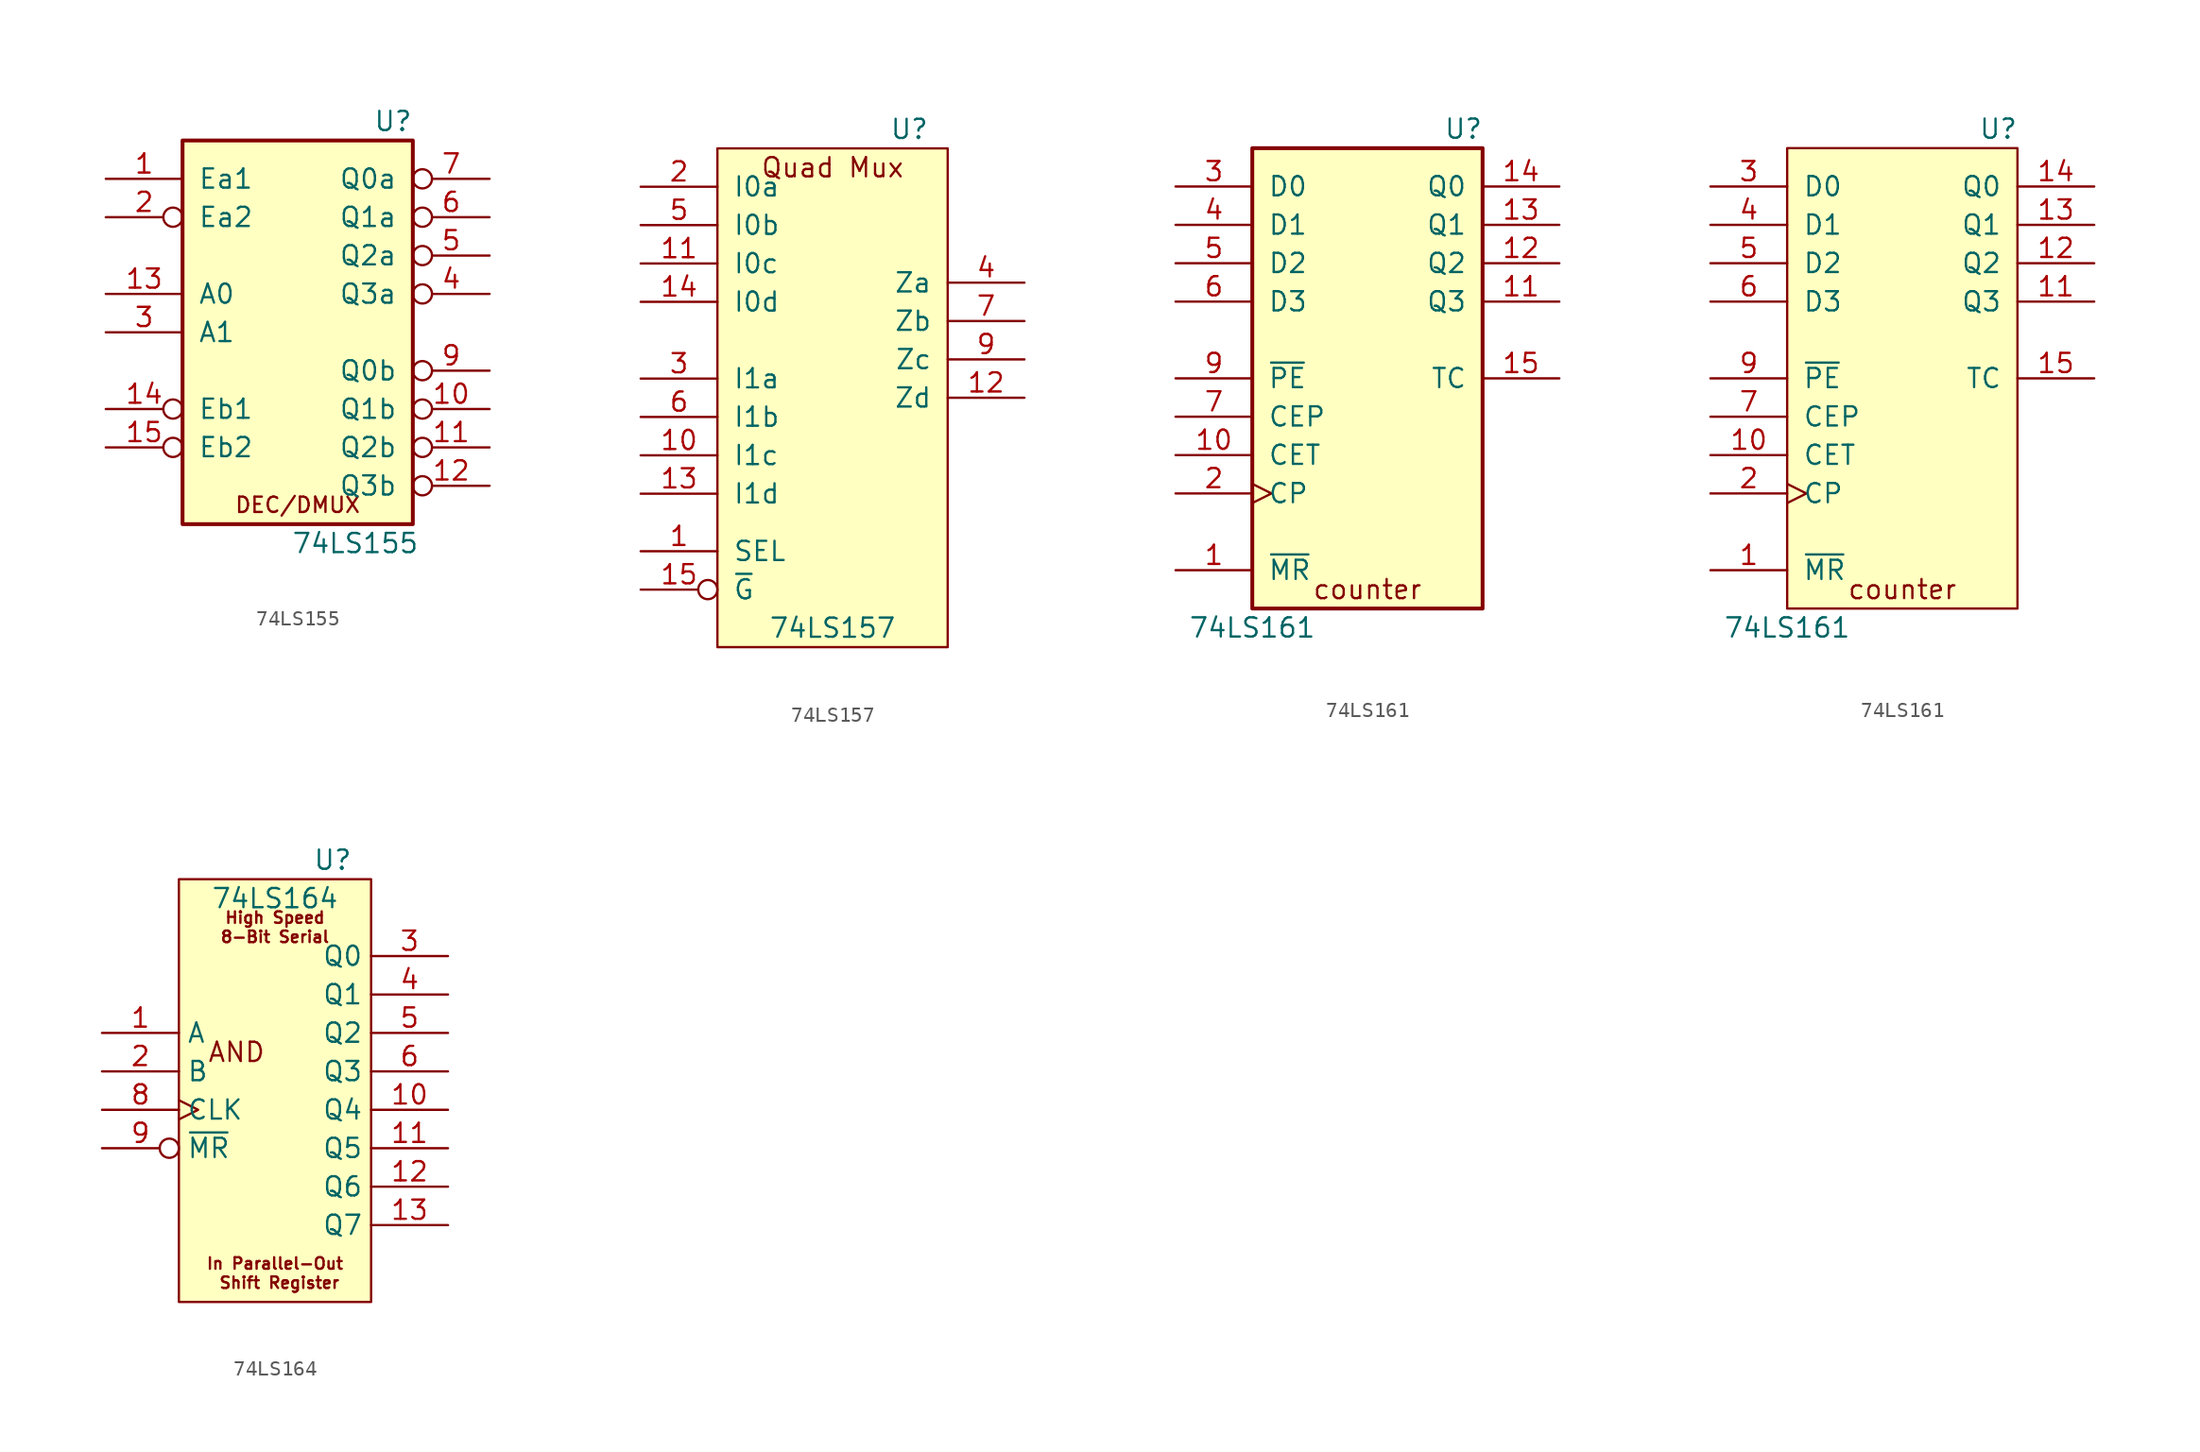
<source format=kicad_sym>
(kicad_symbol_lib
  (version 20231120)
  (generator "kicad_symbol_editor")
  (generator_version "8.0")
  (symbol "74LS155"
    (pin_names
      (offset 1.016))
    (property "Reference" "U"
      (at 7.62 13.97 0)
      (effects (font (size 1.27 1.27)) (justify right)))
    (property "Value" "74LS155"
      (at 3.81 -13.97 0)
      (effects (font (size 1.27 1.27))))
    (property "ki_locked" ""
      (at 0 0 0)
      (effects (font (size 1.27 1.27))))
    (symbol "74LS155_1_0"
      (pin input line (at -12.7 10.16 0) (length 5.08) (name "Ea1" (effects (font (size 1.27 1.27)))) (number "1" (effects (font (size 1.27 1.27)))))
      (pin output inverted (at 12.7 -5.08 180) (length 5.08) (name "Q1b" (effects (font (size 1.27 1.27)))) (number "10" (effects (font (size 1.27 1.27)))))
      (pin output inverted (at 12.7 -7.62 180) (length 5.08) (name "Q2b" (effects (font (size 1.27 1.27)))) (number "11" (effects (font (size 1.27 1.27)))))
      (pin output inverted (at 12.7 -10.16 180) (length 5.08) (name "Q3b" (effects (font (size 1.27 1.27)))) (number "12" (effects (font (size 1.27 1.27)))))
      (pin input line (at -12.7 2.54 0) (length 5.08) (name "A0" (effects (font (size 1.27 1.27)))) (number "13" (effects (font (size 1.27 1.27)))))
      (pin input inverted (at -12.7 -5.08 0) (length 5.08) (name "Eb1" (effects (font (size 1.27 1.27)))) (number "14" (effects (font (size 1.27 1.27)))))
      (pin input inverted (at -12.7 -7.62 0) (length 5.08) (name "Eb2" (effects (font (size 1.27 1.27)))) (number "15" (effects (font (size 1.27 1.27)))))
      (pin power_in line (at 0 12.7 270) (length 5.08) hide (name "VCC" (effects (font (size 1.27 1.27)))) (number "16" (effects (font (size 1.27 1.27)))))
      (pin input inverted (at -12.7 7.62 0) (length 5.08) (name "Ea2" (effects (font (size 1.27 1.27)))) (number "2" (effects (font (size 1.27 1.27)))))
      (pin input line (at -12.7 0 0) (length 5.08) (name "A1" (effects (font (size 1.27 1.27)))) (number "3" (effects (font (size 1.27 1.27)))))
      (pin output inverted (at 12.7 2.54 180) (length 5.08) (name "Q3a" (effects (font (size 1.27 1.27)))) (number "4" (effects (font (size 1.27 1.27)))))
      (pin output inverted (at 12.7 5.08 180) (length 5.08) (name "Q2a" (effects (font (size 1.27 1.27)))) (number "5" (effects (font (size 1.27 1.27)))))
      (pin output inverted (at 12.7 7.62 180) (length 5.08) (name "Q1a" (effects (font (size 1.27 1.27)))) (number "6" (effects (font (size 1.27 1.27)))))
      (pin output inverted (at 12.7 10.16 180) (length 5.08) (name "Q0a" (effects (font (size 1.27 1.27)))) (number "7" (effects (font (size 1.27 1.27)))))
      (pin power_in line (at 0 -12.7 90) (length 5.08) hide (name "GND" (effects (font (size 1.27 1.27)))) (number "8" (effects (font (size 1.27 1.27)))))
      (pin output inverted (at 12.7 -2.54 180) (length 5.08) (name "Q0b" (effects (font (size 1.27 1.27)))) (number "9" (effects (font (size 1.27 1.27))))))
    (symbol "74LS155_1_1"
      (rectangle (start -7.62 12.7) (end 7.62 -12.7) (stroke (width 0.254) (type default)) (fill (type background)))
      (text "DEC/DMUX" (at 0 -11.43 0) (effects (font (size 1.016 1.016))))))
  (symbol "74LS157"
    (pin_names
      (offset 1.016))
    (property "Reference" "U"
      (at 5.08 16.51 0)
      (effects (font (size 1.27 1.27))))
    (property "Value" "74LS157"
      (at 0 -16.51 0)
      (effects (font (size 1.27 1.27))))
    (symbol "74LS157_0_0"
      (text "Quad Mux" (at 0 13.97 0) (effects (font (size 1.27 1.27)))))
    (symbol "74LS157_1_0"
      (pin input line (at -12.7 -11.43 0) (length 5.08) (name "SEL" (effects (font (size 1.27 1.27)))) (number "1" (effects (font (size 1.27 1.27)))))
      (pin input line (at -12.7 -5.08 0) (length 5.08) (name "I1c" (effects (font (size 1.27 1.27)))) (number "10" (effects (font (size 1.27 1.27)))))
      (pin input line (at -12.7 7.62 0) (length 5.08) (name "I0c" (effects (font (size 1.27 1.27)))) (number "11" (effects (font (size 1.27 1.27)))))
      (pin output line (at 12.7 -1.27 180) (length 5.08) (name "Zd" (effects (font (size 1.27 1.27)))) (number "12" (effects (font (size 1.27 1.27)))))
      (pin input line (at -12.7 -7.62 0) (length 5.08) (name "I1d" (effects (font (size 1.27 1.27)))) (number "13" (effects (font (size 1.27 1.27)))))
      (pin input line (at -12.7 5.08 0) (length 5.08) (name "I0d" (effects (font (size 1.27 1.27)))) (number "14" (effects (font (size 1.27 1.27)))))
      (pin input inverted (at -12.7 -13.97 0) (length 5.08) (name "~{G}" (effects (font (size 1.27 1.27)))) (number "15" (effects (font (size 1.27 1.27)))))
      (pin input line (at -12.7 12.7 0) (length 5.08) (name "I0a" (effects (font (size 1.27 1.27)))) (number "2" (effects (font (size 1.27 1.27)))))
      (pin input line (at -12.7 0 0) (length 5.08) (name "I1a" (effects (font (size 1.27 1.27)))) (number "3" (effects (font (size 1.27 1.27)))))
      (pin output line (at 12.7 6.35 180) (length 5.08) (name "Za" (effects (font (size 1.27 1.27)))) (number "4" (effects (font (size 1.27 1.27)))))
      (pin input line (at -12.7 10.16 0) (length 5.08) (name "I0b" (effects (font (size 1.27 1.27)))) (number "5" (effects (font (size 1.27 1.27)))))
      (pin input line (at -12.7 -2.54 0) (length 5.08) (name "I1b" (effects (font (size 1.27 1.27)))) (number "6" (effects (font (size 1.27 1.27)))))
      (pin output line (at 12.7 3.81 180) (length 5.08) (name "Zb" (effects (font (size 1.27 1.27)))) (number "7" (effects (font (size 1.27 1.27)))))
      (pin output line (at 12.7 1.27 180) (length 5.08) (name "Zc" (effects (font (size 1.27 1.27)))) (number "9" (effects (font (size 1.27 1.27))))))
    (symbol "74LS157_1_1"
      (rectangle (start -7.62 15.24) (end 7.62 -17.78) (stroke (width 0) (type default)) (fill (type background)))))
  (symbol "74LS161"
    (pin_names
      (offset 1.016))
    (property "Reference" "U"
      (at 6.35 16.51 0)
      (effects (font (size 1.27 1.27))))
    (property "Value" "74LS161"
      (at -7.62 -16.51 0)
      (effects (font (size 1.27 1.27))))
    (symbol "74LS161_0_0"
      (text "counter" (at 0 -13.97 0) (effects (font (size 1.27 1.27)))))
    (symbol "74LS161_0_2"
      (rectangle (start -7.62 15.24) (end 7.62 -15.24) (stroke (width 0) (type default)) (fill (type background))))
    (symbol "74LS161_1_0"
      (pin input line (at -12.7 -12.7 0) (length 5.08) (name "~{MR}" (effects (font (size 1.27 1.27)))) (number "1" (effects (font (size 1.27 1.27)))))
      (pin input line (at -12.7 -5.08 0) (length 5.08) (name "CET" (effects (font (size 1.27 1.27)))) (number "10" (effects (font (size 1.27 1.27)))))
      (pin output line (at 12.7 5.08 180) (length 5.08) (name "Q3" (effects (font (size 1.27 1.27)))) (number "11" (effects (font (size 1.27 1.27)))))
      (pin output line (at 12.7 7.62 180) (length 5.08) (name "Q2" (effects (font (size 1.27 1.27)))) (number "12" (effects (font (size 1.27 1.27)))))
      (pin output line (at 12.7 10.16 180) (length 5.08) (name "Q1" (effects (font (size 1.27 1.27)))) (number "13" (effects (font (size 1.27 1.27)))))
      (pin output line (at 12.7 12.7 180) (length 5.08) (name "Q0" (effects (font (size 1.27 1.27)))) (number "14" (effects (font (size 1.27 1.27)))))
      (pin output line (at 12.7 0 180) (length 5.08) (name "TC" (effects (font (size 1.27 1.27)))) (number "15" (effects (font (size 1.27 1.27)))))
      (pin input clock (at -12.7 -7.62 0) (length 5.08) (name "CP" (effects (font (size 1.27 1.27)))) (number "2" (effects (font (size 1.27 1.27)))))
      (pin input line (at -12.7 12.7 0) (length 5.08) (name "D0" (effects (font (size 1.27 1.27)))) (number "3" (effects (font (size 1.27 1.27)))))
      (pin input line (at -12.7 10.16 0) (length 5.08) (name "D1" (effects (font (size 1.27 1.27)))) (number "4" (effects (font (size 1.27 1.27)))))
      (pin input line (at -12.7 7.62 0) (length 5.08) (name "D2" (effects (font (size 1.27 1.27)))) (number "5" (effects (font (size 1.27 1.27)))))
      (pin input line (at -12.7 5.08 0) (length 5.08) (name "D3" (effects (font (size 1.27 1.27)))) (number "6" (effects (font (size 1.27 1.27)))))
      (pin input line (at -12.7 -2.54 0) (length 5.08) (name "CEP" (effects (font (size 1.27 1.27)))) (number "7" (effects (font (size 1.27 1.27)))))
      (pin input line (at -12.7 0 0) (length 5.08) (name "~{PE}" (effects (font (size 1.27 1.27)))) (number "9" (effects (font (size 1.27 1.27))))))
    (symbol "74LS161_1_1"
      (rectangle (start -7.62 15.24) (end 7.62 -15.24) (stroke (width 0.254) (type default)) (fill (type background)))))
  (symbol "74LS164"
    (property "Reference" "U"
      (at 3.81 15.24 0)
      (effects (font (size 1.27 1.27))))
    (property "Value" "74LS164"
      (at 0 12.7 0)
      (effects (font (size 1.27 1.27))))
    (symbol "74LS164_0_0"
      (text " Shift Register" (at 0 -12.7 0) (effects (font (size 0.762 0.762))))
      (text "8-Bit Serial" (at 0 10.16 0) (effects (font (size 0.762 0.762))))
      (text "AND" (at -2.54 2.54 0) (effects (font (size 1.27 1.27))))
      (text "High Speed" (at 0 11.43 0) (effects (font (size 0.762 0.762))))
      (text "In Parallel-Out" (at 0 -11.43 0) (effects (font (size 0.762 0.762)))))
    (symbol "74LS164_1_1"
      (rectangle (start 6.35 13.97) (end -6.35 -13.97) (stroke (width 0.152) (type default)) (fill (type background)))
      (pin input line (at -11.43 3.81 0) (length 5.08) (name "A" (effects (font (size 1.27 1.27)))) (number "1" (effects (font (size 1.27 1.27)))))
      (pin output line (at 11.43 -1.27 180) (length 5.08) (name "Q4" (effects (font (size 1.27 1.27)))) (number "10" (effects (font (size 1.27 1.27)))))
      (pin output line (at 11.43 -3.81 180) (length 5.08) (name "Q5" (effects (font (size 1.27 1.27)))) (number "11" (effects (font (size 1.27 1.27)))))
      (pin output line (at 11.43 -6.35 180) (length 5.08) (name "Q6" (effects (font (size 1.27 1.27)))) (number "12" (effects (font (size 1.27 1.27)))))
      (pin output line (at 11.43 -8.89 180) (length 5.08) (name "Q7" (effects (font (size 1.27 1.27)))) (number "13" (effects (font (size 1.27 1.27)))))
      (pin power_in line (at 0 13.97 270) (length 5.08) hide (name "VCC" (effects (font (size 1.27 1.27)))) (number "14" (effects (font (size 1.27 1.27)))))
      (pin input line (at -11.43 1.27 0) (length 5.08) (name "B" (effects (font (size 1.27 1.27)))) (number "2" (effects (font (size 1.27 1.27)))))
      (pin output line (at 11.43 8.89 180) (length 5.08) (name "Q0" (effects (font (size 1.27 1.27)))) (number "3" (effects (font (size 1.27 1.27)))))
      (pin output line (at 11.43 6.35 180) (length 5.08) (name "Q1" (effects (font (size 1.27 1.27)))) (number "4" (effects (font (size 1.27 1.27)))))
      (pin output line (at 11.43 3.81 180) (length 5.08) (name "Q2" (effects (font (size 1.27 1.27)))) (number "5" (effects (font (size 1.27 1.27)))))
      (pin output line (at 11.43 1.27 180) (length 5.08) (name "Q3" (effects (font (size 1.27 1.27)))) (number "6" (effects (font (size 1.27 1.27)))))
      (pin power_in line (at 0 -13.97 90) (length 5.08) hide (name "GND" (effects (font (size 1.27 1.27)))) (number "7" (effects (font (size 1.27 1.27)))))
      (pin input clock (at -11.43 -1.27 0) (length 5.08) (name "CLK" (effects (font (size 1.27 1.27)))) (number "8" (effects (font (size 1.27 1.27)))))
      (pin input inverted (at -11.43 -3.81 0) (length 5.08) (name "~{MR}" (effects (font (size 1.27 1.27)))) (number "9" (effects (font (size 1.27 1.27))))))))
</source>
